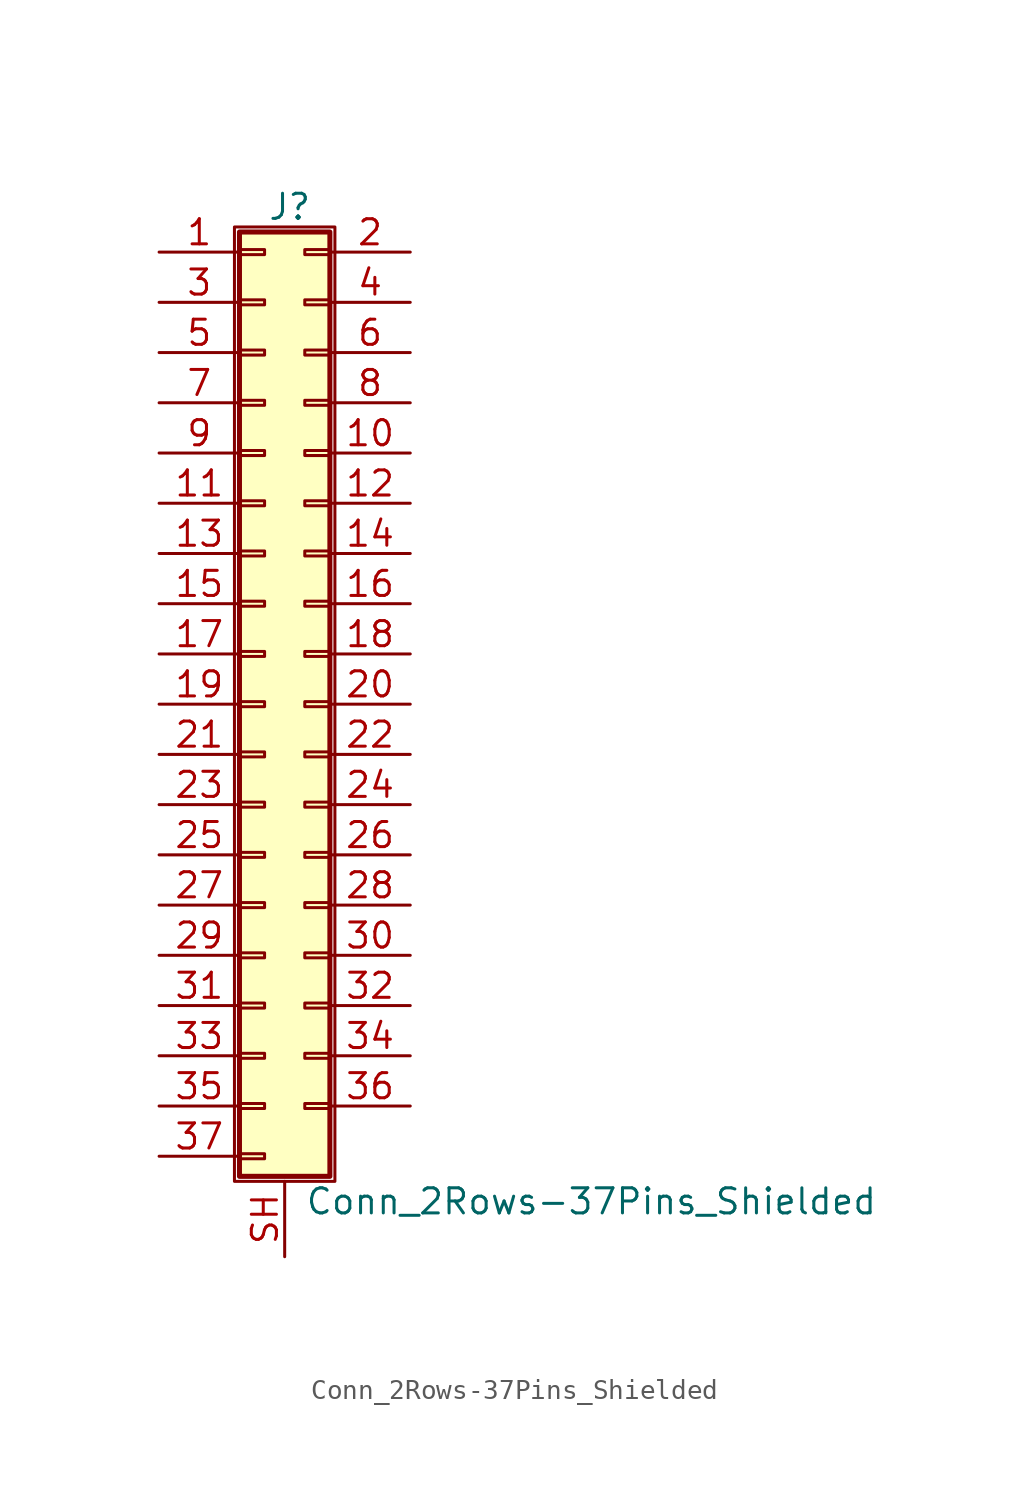
<source format=kicad_sym>
(kicad_symbol_lib
  (version 20220914)
  (generator kicad_symbol_editor)
  (symbol "Conn_2Rows-37Pins_Shielded"
    (pin_names
      (offset 1.016) hide)
    (property "Reference" "J"
      (at 1.524 25.146 0)
      (effects (font (size 1.27 1.27))))
    (property "Value" "Conn_2Rows-37Pins_Shielded"
      (at 2.286 -25.146 0)
      (effects (font (size 1.27 1.27)) (justify left)))
    (symbol "Conn_2Rows-37Pins_Shielded_1_1"
      (rectangle (start -1.27 24.13) (end 3.81 -24.13) (stroke (width 0.152) (type default)) (fill (type none)))
      (rectangle (start -1.016 -22.733) (end 0.254 -22.987) (stroke (width 0.152) (type default)) (fill (type none)))
      (rectangle (start -1.016 -20.193) (end 0.254 -20.447) (stroke (width 0.152) (type default)) (fill (type none)))
      (rectangle (start -1.016 -17.653) (end 0.254 -17.907) (stroke (width 0.152) (type default)) (fill (type none)))
      (rectangle (start -1.016 -15.113) (end 0.254 -15.367) (stroke (width 0.152) (type default)) (fill (type none)))
      (rectangle (start -1.016 -12.573) (end 0.254 -12.827) (stroke (width 0.152) (type default)) (fill (type none)))
      (rectangle (start -1.016 -10.033) (end 0.254 -10.287) (stroke (width 0.152) (type default)) (fill (type none)))
      (rectangle (start -1.016 -7.493) (end 0.254 -7.747) (stroke (width 0.152) (type default)) (fill (type none)))
      (rectangle (start -1.016 -4.953) (end 0.254 -5.207) (stroke (width 0.152) (type default)) (fill (type none)))
      (rectangle (start -1.016 -2.413) (end 0.254 -2.667) (stroke (width 0.152) (type default)) (fill (type none)))
      (rectangle (start -1.016 0.127) (end 0.254 -0.127) (stroke (width 0.152) (type default)) (fill (type none)))
      (rectangle (start -1.016 2.667) (end 0.254 2.413) (stroke (width 0.152) (type default)) (fill (type none)))
      (rectangle (start -1.016 5.207) (end 0.254 4.953) (stroke (width 0.152) (type default)) (fill (type none)))
      (rectangle (start -1.016 7.747) (end 0.254 7.493) (stroke (width 0.152) (type default)) (fill (type none)))
      (rectangle (start -1.016 10.287) (end 0.254 10.033) (stroke (width 0.152) (type default)) (fill (type none)))
      (rectangle (start -1.016 12.827) (end 0.254 12.573) (stroke (width 0.152) (type default)) (fill (type none)))
      (rectangle (start -1.016 15.367) (end 0.254 15.113) (stroke (width 0.152) (type default)) (fill (type none)))
      (rectangle (start -1.016 17.907) (end 0.254 17.653) (stroke (width 0.152) (type default)) (fill (type none)))
      (rectangle (start -1.016 20.447) (end 0.254 20.193) (stroke (width 0.152) (type default)) (fill (type none)))
      (rectangle (start -1.016 22.987) (end 0.254 22.733) (stroke (width 0.152) (type default)) (fill (type none)))
      (rectangle (start -1.016 23.876) (end 3.556 -23.876) (stroke (width 0.254) (type default)) (fill (type background)))
      (rectangle (start 3.556 -20.193) (end 2.286 -20.447) (stroke (width 0.152) (type default)) (fill (type none)))
      (rectangle (start 3.556 -17.653) (end 2.286 -17.907) (stroke (width 0.152) (type default)) (fill (type none)))
      (rectangle (start 3.556 -15.113) (end 2.286 -15.367) (stroke (width 0.152) (type default)) (fill (type none)))
      (rectangle (start 3.556 -12.573) (end 2.286 -12.827) (stroke (width 0.152) (type default)) (fill (type none)))
      (rectangle (start 3.556 -10.033) (end 2.286 -10.287) (stroke (width 0.152) (type default)) (fill (type none)))
      (rectangle (start 3.556 -7.493) (end 2.286 -7.747) (stroke (width 0.152) (type default)) (fill (type none)))
      (rectangle (start 3.556 -4.953) (end 2.286 -5.207) (stroke (width 0.152) (type default)) (fill (type none)))
      (rectangle (start 3.556 -2.413) (end 2.286 -2.667) (stroke (width 0.152) (type default)) (fill (type none)))
      (rectangle (start 3.556 0.127) (end 2.286 -0.127) (stroke (width 0.152) (type default)) (fill (type none)))
      (rectangle (start 3.556 2.667) (end 2.286 2.413) (stroke (width 0.152) (type default)) (fill (type none)))
      (rectangle (start 3.556 5.207) (end 2.286 4.953) (stroke (width 0.152) (type default)) (fill (type none)))
      (rectangle (start 3.556 7.747) (end 2.286 7.493) (stroke (width 0.152) (type default)) (fill (type none)))
      (rectangle (start 3.556 10.287) (end 2.286 10.033) (stroke (width 0.152) (type default)) (fill (type none)))
      (rectangle (start 3.556 12.827) (end 2.286 12.573) (stroke (width 0.152) (type default)) (fill (type none)))
      (rectangle (start 3.556 15.367) (end 2.286 15.113) (stroke (width 0.152) (type default)) (fill (type none)))
      (rectangle (start 3.556 17.907) (end 2.286 17.653) (stroke (width 0.152) (type default)) (fill (type none)))
      (rectangle (start 3.556 20.447) (end 2.286 20.193) (stroke (width 0.152) (type default)) (fill (type none)))
      (rectangle (start 3.556 22.987) (end 2.286 22.733) (stroke (width 0.152) (type default)) (fill (type none)))
      (pin passive line (at -5.08 22.86 0) (length 4.064) (name "Pin_1" (effects (font (size 1.27 1.27)))) (number "1" (effects (font (size 1.27 1.27)))))
      (pin passive line (at 7.62 12.7 180) (length 4.064) (name "Pin_10" (effects (font (size 1.27 1.27)))) (number "10" (effects (font (size 1.27 1.27)))))
      (pin passive line (at -5.08 10.16 0) (length 4.064) (name "Pin_11" (effects (font (size 1.27 1.27)))) (number "11" (effects (font (size 1.27 1.27)))))
      (pin passive line (at 7.62 10.16 180) (length 4.064) (name "Pin_12" (effects (font (size 1.27 1.27)))) (number "12" (effects (font (size 1.27 1.27)))))
      (pin passive line (at -5.08 7.62 0) (length 4.064) (name "Pin_13" (effects (font (size 1.27 1.27)))) (number "13" (effects (font (size 1.27 1.27)))))
      (pin passive line (at 7.62 7.62 180) (length 4.064) (name "Pin_14" (effects (font (size 1.27 1.27)))) (number "14" (effects (font (size 1.27 1.27)))))
      (pin passive line (at -5.08 5.08 0) (length 4.064) (name "Pin_15" (effects (font (size 1.27 1.27)))) (number "15" (effects (font (size 1.27 1.27)))))
      (pin passive line (at 7.62 5.08 180) (length 4.064) (name "Pin_16" (effects (font (size 1.27 1.27)))) (number "16" (effects (font (size 1.27 1.27)))))
      (pin passive line (at -5.08 2.54 0) (length 4.064) (name "Pin_17" (effects (font (size 1.27 1.27)))) (number "17" (effects (font (size 1.27 1.27)))))
      (pin passive line (at 7.62 2.54 180) (length 4.064) (name "Pin_18" (effects (font (size 1.27 1.27)))) (number "18" (effects (font (size 1.27 1.27)))))
      (pin passive line (at -5.08 0 0) (length 4.064) (name "Pin_19" (effects (font (size 1.27 1.27)))) (number "19" (effects (font (size 1.27 1.27)))))
      (pin passive line (at 7.62 22.86 180) (length 4.064) (name "Pin_2" (effects (font (size 1.27 1.27)))) (number "2" (effects (font (size 1.27 1.27)))))
      (pin passive line (at 7.62 0 180) (length 4.064) (name "Pin_20" (effects (font (size 1.27 1.27)))) (number "20" (effects (font (size 1.27 1.27)))))
      (pin passive line (at -5.08 -2.54 0) (length 4.064) (name "Pin_21" (effects (font (size 1.27 1.27)))) (number "21" (effects (font (size 1.27 1.27)))))
      (pin passive line (at 7.62 -2.54 180) (length 4.064) (name "Pin_22" (effects (font (size 1.27 1.27)))) (number "22" (effects (font (size 1.27 1.27)))))
      (pin passive line (at -5.08 -5.08 0) (length 4.064) (name "Pin_23" (effects (font (size 1.27 1.27)))) (number "23" (effects (font (size 1.27 1.27)))))
      (pin passive line (at 7.62 -5.08 180) (length 4.064) (name "Pin_24" (effects (font (size 1.27 1.27)))) (number "24" (effects (font (size 1.27 1.27)))))
      (pin passive line (at -5.08 -7.62 0) (length 4.064) (name "Pin_25" (effects (font (size 1.27 1.27)))) (number "25" (effects (font (size 1.27 1.27)))))
      (pin passive line (at 7.62 -7.62 180) (length 4.064) (name "Pin_26" (effects (font (size 1.27 1.27)))) (number "26" (effects (font (size 1.27 1.27)))))
      (pin passive line (at -5.08 -10.16 0) (length 4.064) (name "Pin_27" (effects (font (size 1.27 1.27)))) (number "27" (effects (font (size 1.27 1.27)))))
      (pin passive line (at 7.62 -10.16 180) (length 4.064) (name "Pin_28" (effects (font (size 1.27 1.27)))) (number "28" (effects (font (size 1.27 1.27)))))
      (pin passive line (at -5.08 -12.7 0) (length 4.064) (name "Pin_29" (effects (font (size 1.27 1.27)))) (number "29" (effects (font (size 1.27 1.27)))))
      (pin passive line (at -5.08 20.32 0) (length 4.064) (name "Pin_3" (effects (font (size 1.27 1.27)))) (number "3" (effects (font (size 1.27 1.27)))))
      (pin passive line (at 7.62 -12.7 180) (length 4.064) (name "Pin_30" (effects (font (size 1.27 1.27)))) (number "30" (effects (font (size 1.27 1.27)))))
      (pin passive line (at -5.08 -15.24 0) (length 4.064) (name "Pin_31" (effects (font (size 1.27 1.27)))) (number "31" (effects (font (size 1.27 1.27)))))
      (pin passive line (at 7.62 -15.24 180) (length 4.064) (name "Pin_32" (effects (font (size 1.27 1.27)))) (number "32" (effects (font (size 1.27 1.27)))))
      (pin passive line (at -5.08 -17.78 0) (length 4.064) (name "Pin_33" (effects (font (size 1.27 1.27)))) (number "33" (effects (font (size 1.27 1.27)))))
      (pin passive line (at 7.62 -17.78 180) (length 4.064) (name "Pin_34" (effects (font (size 1.27 1.27)))) (number "34" (effects (font (size 1.27 1.27)))))
      (pin passive line (at -5.08 -20.32 0) (length 4.064) (name "Pin_35" (effects (font (size 1.27 1.27)))) (number "35" (effects (font (size 1.27 1.27)))))
      (pin passive line (at 7.62 -20.32 180) (length 4.064) (name "Pin_36" (effects (font (size 1.27 1.27)))) (number "36" (effects (font (size 1.27 1.27)))))
      (pin passive line (at -5.08 -22.86 0) (length 4.064) (name "Pin_37" (effects (font (size 1.27 1.27)))) (number "37" (effects (font (size 1.27 1.27)))))
      (pin passive line (at 7.62 20.32 180) (length 4.064) (name "Pin_4" (effects (font (size 1.27 1.27)))) (number "4" (effects (font (size 1.27 1.27)))))
      (pin passive line (at -5.08 17.78 0) (length 4.064) (name "Pin_5" (effects (font (size 1.27 1.27)))) (number "5" (effects (font (size 1.27 1.27)))))
      (pin passive line (at 7.62 17.78 180) (length 4.064) (name "Pin_6" (effects (font (size 1.27 1.27)))) (number "6" (effects (font (size 1.27 1.27)))))
      (pin passive line (at -5.08 15.24 0) (length 4.064) (name "Pin_7" (effects (font (size 1.27 1.27)))) (number "7" (effects (font (size 1.27 1.27)))))
      (pin passive line (at 7.62 15.24 180) (length 4.064) (name "Pin_8" (effects (font (size 1.27 1.27)))) (number "8" (effects (font (size 1.27 1.27)))))
      (pin passive line (at -5.08 12.7 0) (length 4.064) (name "Pin_9" (effects (font (size 1.27 1.27)))) (number "9" (effects (font (size 1.27 1.27)))))
      (pin passive line (at 1.27 -27.94 90) (length 3.81) (name "Shield" (effects (font (size 1.27 1.27)))) (number "SH" (effects (font (size 1.27 1.27))))))))
</source>
